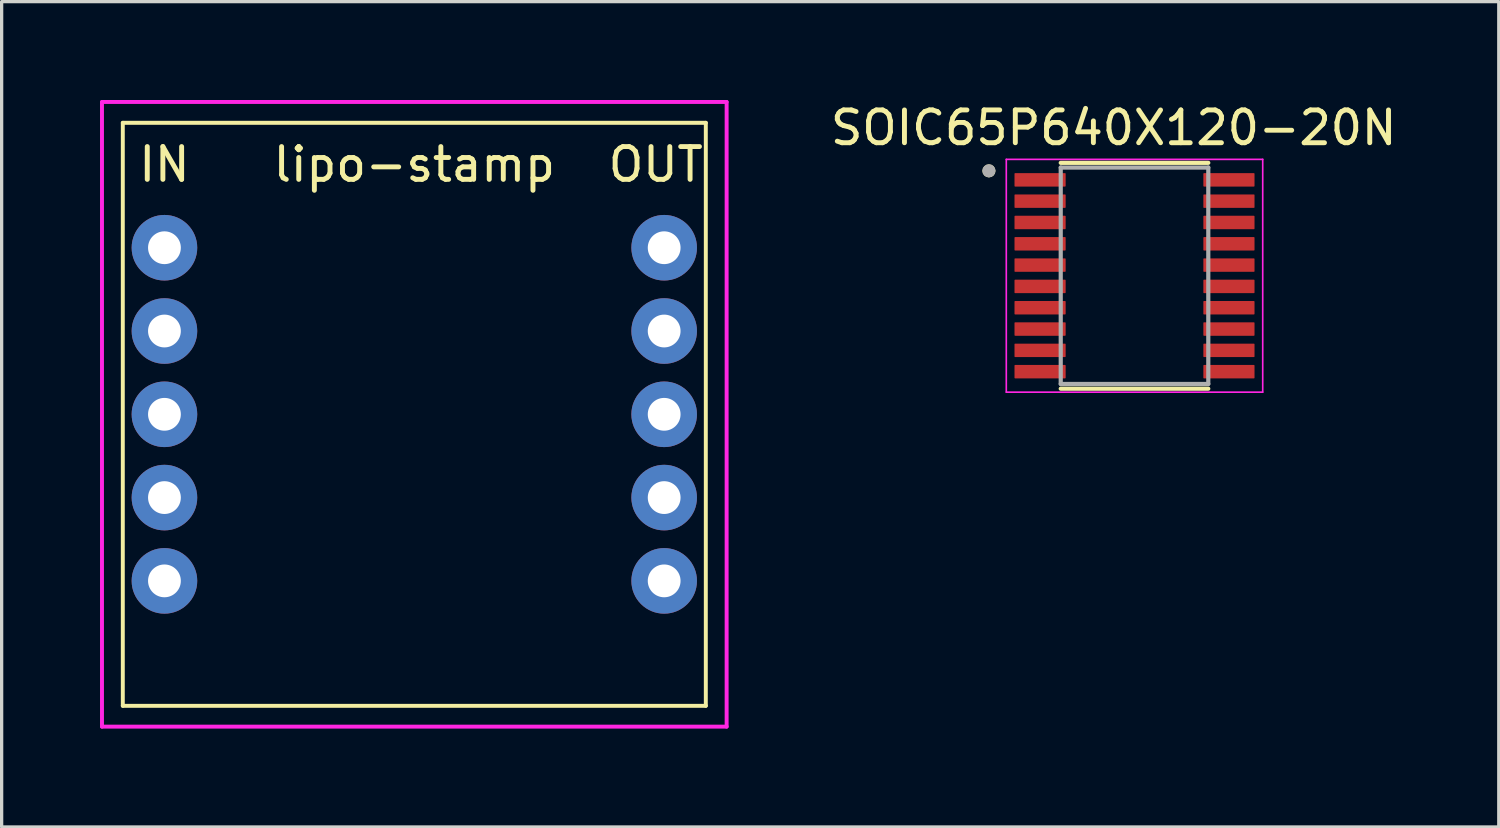
<source format=kicad_pcb>
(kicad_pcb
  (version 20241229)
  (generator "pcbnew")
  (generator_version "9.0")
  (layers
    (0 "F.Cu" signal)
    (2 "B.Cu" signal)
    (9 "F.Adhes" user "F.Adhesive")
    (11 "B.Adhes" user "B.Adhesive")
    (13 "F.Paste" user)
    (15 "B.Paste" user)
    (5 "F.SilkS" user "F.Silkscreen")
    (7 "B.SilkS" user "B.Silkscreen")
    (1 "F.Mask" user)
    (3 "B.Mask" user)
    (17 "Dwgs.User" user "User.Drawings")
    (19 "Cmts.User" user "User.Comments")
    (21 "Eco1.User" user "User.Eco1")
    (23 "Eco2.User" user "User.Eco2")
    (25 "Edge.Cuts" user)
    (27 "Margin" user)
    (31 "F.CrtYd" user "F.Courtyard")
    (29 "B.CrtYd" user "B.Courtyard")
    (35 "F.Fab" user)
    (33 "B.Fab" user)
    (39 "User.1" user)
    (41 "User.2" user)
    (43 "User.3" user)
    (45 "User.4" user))
  (footprint "SOIC65P640X120-20N"
    (layer "F.Cu")
    (at 31.549 5.36)
    (property "Reference" "SOIC65P640X120-20N" (at -0.635 -4.512 0) (layer "F.SilkS") (effects (font (size 1 1) (thickness 0.15))))
    (attr through_hole)
    (fp_line (start -2.25 -3.444) (end 2.25 -3.444) (stroke (width 0.127) (type solid)) (layer "F.SilkS"))
    (fp_line (start -2.25 3.444) (end 2.25 3.444) (stroke (width 0.127) (type solid)) (layer "F.SilkS"))
    (fp_circle (center -4.44 -3.2) (end -4.34 -3.2) (stroke (width 0.2) (type solid)) (fill no) (layer "F.SilkS"))
    (fp_line (start -3.91 -3.55) (end -3.91 3.55) (stroke (width 0.05) (type solid)) (layer "F.CrtYd"))
    (fp_line (start -3.91 -3.55) (end 3.91 -3.55) (stroke (width 0.05) (type solid)) (layer "F.CrtYd"))
    (fp_line (start -3.91 3.55) (end 3.91 3.55) (stroke (width 0.05) (type solid)) (layer "F.CrtYd"))
    (fp_line (start 3.91 -3.55) (end 3.91 3.55) (stroke (width 0.05) (type solid)) (layer "F.CrtYd"))
    (fp_line (start -2.25 -3.3) (end -2.25 3.3) (stroke (width 0.127) (type solid)) (layer "F.Fab"))
    (fp_line (start -2.25 -3.3) (end 2.25 -3.3) (stroke (width 0.127) (type solid)) (layer "F.Fab"))
    (fp_line (start -2.25 3.3) (end 2.25 3.3) (stroke (width 0.127) (type solid)) (layer "F.Fab"))
    (fp_line (start 2.25 -3.3) (end 2.25 3.3) (stroke (width 0.127) (type solid)) (layer "F.Fab"))
    (fp_circle (center -4.44 -3.2) (end -4.34 -3.2) (stroke (width 0.2) (type solid)) (fill no) (layer "F.Fab"))
    (pad "1" smd roundrect (at -2.88 -2.925) (size 1.56 0.41) (layers "F.Cu" "F.Mask" "F.Paste") (roundrect_rratio 0.05))
    (pad "2" smd roundrect (at -2.88 -2.275) (size 1.56 0.41) (layers "F.Cu" "F.Mask" "F.Paste") (roundrect_rratio 0.05))
    (pad "3" smd roundrect (at -2.88 -1.625) (size 1.56 0.41) (layers "F.Cu" "F.Mask" "F.Paste") (roundrect_rratio 0.05))
    (pad "4" smd roundrect (at -2.88 -0.975) (size 1.56 0.41) (layers "F.Cu" "F.Mask" "F.Paste") (roundrect_rratio 0.05))
    (pad "5" smd roundrect (at -2.88 -0.325) (size 1.56 0.41) (layers "F.Cu" "F.Mask" "F.Paste") (roundrect_rratio 0.05))
    (pad "6" smd roundrect (at -2.88 0.325) (size 1.56 0.41) (layers "F.Cu" "F.Mask" "F.Paste") (roundrect_rratio 0.05))
    (pad "7" smd roundrect (at -2.88 0.975) (size 1.56 0.41) (layers "F.Cu" "F.Mask" "F.Paste") (roundrect_rratio 0.05))
    (pad "8" smd roundrect (at -2.88 1.625) (size 1.56 0.41) (layers "F.Cu" "F.Mask" "F.Paste") (roundrect_rratio 0.05))
    (pad "9" smd roundrect (at -2.88 2.275) (size 1.56 0.41) (layers "F.Cu" "F.Mask" "F.Paste") (roundrect_rratio 0.05))
    (pad "10" smd roundrect (at -2.88 2.925) (size 1.56 0.41) (layers "F.Cu" "F.Mask" "F.Paste") (roundrect_rratio 0.05))
    (pad "11" smd roundrect (at 2.88 2.925) (size 1.56 0.41) (layers "F.Cu" "F.Mask" "F.Paste") (roundrect_rratio 0.05))
    (pad "12" smd roundrect (at 2.88 2.275) (size 1.56 0.41) (layers "F.Cu" "F.Mask" "F.Paste") (roundrect_rratio 0.05))
    (pad "13" smd roundrect (at 2.88 1.625) (size 1.56 0.41) (layers "F.Cu" "F.Mask" "F.Paste") (roundrect_rratio 0.05))
    (pad "14" smd roundrect (at 2.88 0.975) (size 1.56 0.41) (layers "F.Cu" "F.Mask" "F.Paste") (roundrect_rratio 0.05))
    (pad "15" smd roundrect (at 2.88 0.325) (size 1.56 0.41) (layers "F.Cu" "F.Mask" "F.Paste") (roundrect_rratio 0.05))
    (pad "16" smd roundrect (at 2.88 -0.325) (size 1.56 0.41) (layers "F.Cu" "F.Mask" "F.Paste") (roundrect_rratio 0.05))
    (pad "17" smd roundrect (at 2.88 -0.975) (size 1.56 0.41) (layers "F.Cu" "F.Mask" "F.Paste") (roundrect_rratio 0.05))
    (pad "18" smd roundrect (at 2.88 -1.625) (size 1.56 0.41) (layers "F.Cu" "F.Mask" "F.Paste") (roundrect_rratio 0.05))
    (pad "19" smd roundrect (at 2.88 -2.275) (size 1.56 0.41) (layers "F.Cu" "F.Mask" "F.Paste") (roundrect_rratio 0.05))
    (pad "20" smd roundrect (at 2.88 -2.925) (size 1.56 0.41) (layers "F.Cu" "F.Mask" "F.Paste") (roundrect_rratio 0.05)))
  (footprint "lipo-stamp"
    (layer "F.Cu")
    (at 9.585 0.695)
    (property "Reference" "lipo-stamp" (at 0 1.27 0) (layer "F.SilkS") (effects (font (size 1 1) (thickness 0.15))))
    (attr through_hole)
    (fp_line (start -8.89 0) (end 8.89 0) (stroke (width 0.12) (type solid)) (layer "F.SilkS"))
    (fp_line (start -8.89 17.78) (end -8.89 0) (stroke (width 0.12) (type solid)) (layer "F.SilkS"))
    (fp_line (start 8.89 0) (end 8.89 17.78) (stroke (width 0.12) (type solid)) (layer "F.SilkS"))
    (fp_line (start 8.89 17.78) (end -8.89 17.78) (stroke (width 0.12) (type solid)) (layer "F.SilkS"))
    (fp_line (start -9.525 -0.635) (end -9.525 18.415) (stroke (width 0.12) (type solid)) (layer "F.CrtYd"))
    (fp_line (start -9.525 18.415) (end 9.525 18.415) (stroke (width 0.12) (type solid)) (layer "F.CrtYd"))
    (fp_line (start 9.525 -0.635) (end -9.525 -0.635) (stroke (width 0.12) (type solid)) (layer "F.CrtYd"))
    (fp_line (start 9.525 18.415) (end 9.525 -0.635) (stroke (width 0.12) (type solid)) (layer "F.CrtYd"))
    (fp_text user "OUT" (at 8.89 1.27 0) (layer "F.SilkS") (effects (font (size 1 1) (thickness 0.15)) (justify right)))
    (fp_text user "IN" (at -7.62 1.27 0) (layer "F.SilkS") (effects (font (size 1 1) (thickness 0.15))))
    (pad "1" thru_hole circle (at -7.62 3.81) (size 2 2) (drill 1) (layers "*.Cu" "*.Mask"))
    (pad "2" thru_hole circle (at -7.62 6.35) (size 2 2) (drill 1) (layers "*.Cu" "*.Mask"))
    (pad "3" thru_hole circle (at -7.62 8.89) (size 2 2) (drill 1) (layers "*.Cu" "*.Mask"))
    (pad "4" thru_hole circle (at -7.62 11.43) (size 2 2) (drill 1) (layers "*.Cu" "*.Mask"))
    (pad "5" thru_hole circle (at -7.62 13.97) (size 2 2) (drill 1) (layers "*.Cu" "*.Mask"))
    (pad "6" thru_hole circle (at 7.62 3.81) (size 2 2) (drill 1) (layers "*.Cu" "*.Mask"))
    (pad "7" thru_hole circle (at 7.62 6.35) (size 2 2) (drill 1) (layers "*.Cu" "*.Mask"))
    (pad "8" thru_hole circle (at 7.62 8.89) (size 2 2) (drill 1) (layers "*.Cu" "*.Mask"))
    (pad "9" thru_hole circle (at 7.62 11.43) (size 2 2) (drill 1) (layers "*.Cu" "*.Mask"))
    (pad "10" thru_hole circle (at 7.62 13.97) (size 2 2) (drill 1) (layers "*.Cu" "*.Mask")))
  (gr_rect
    (start -3 -3)
    (end 42.658 22.17)
    (stroke (width 0.1) (type default))
    (fill no)
    (layer "Edge.Cuts")))
</source>
